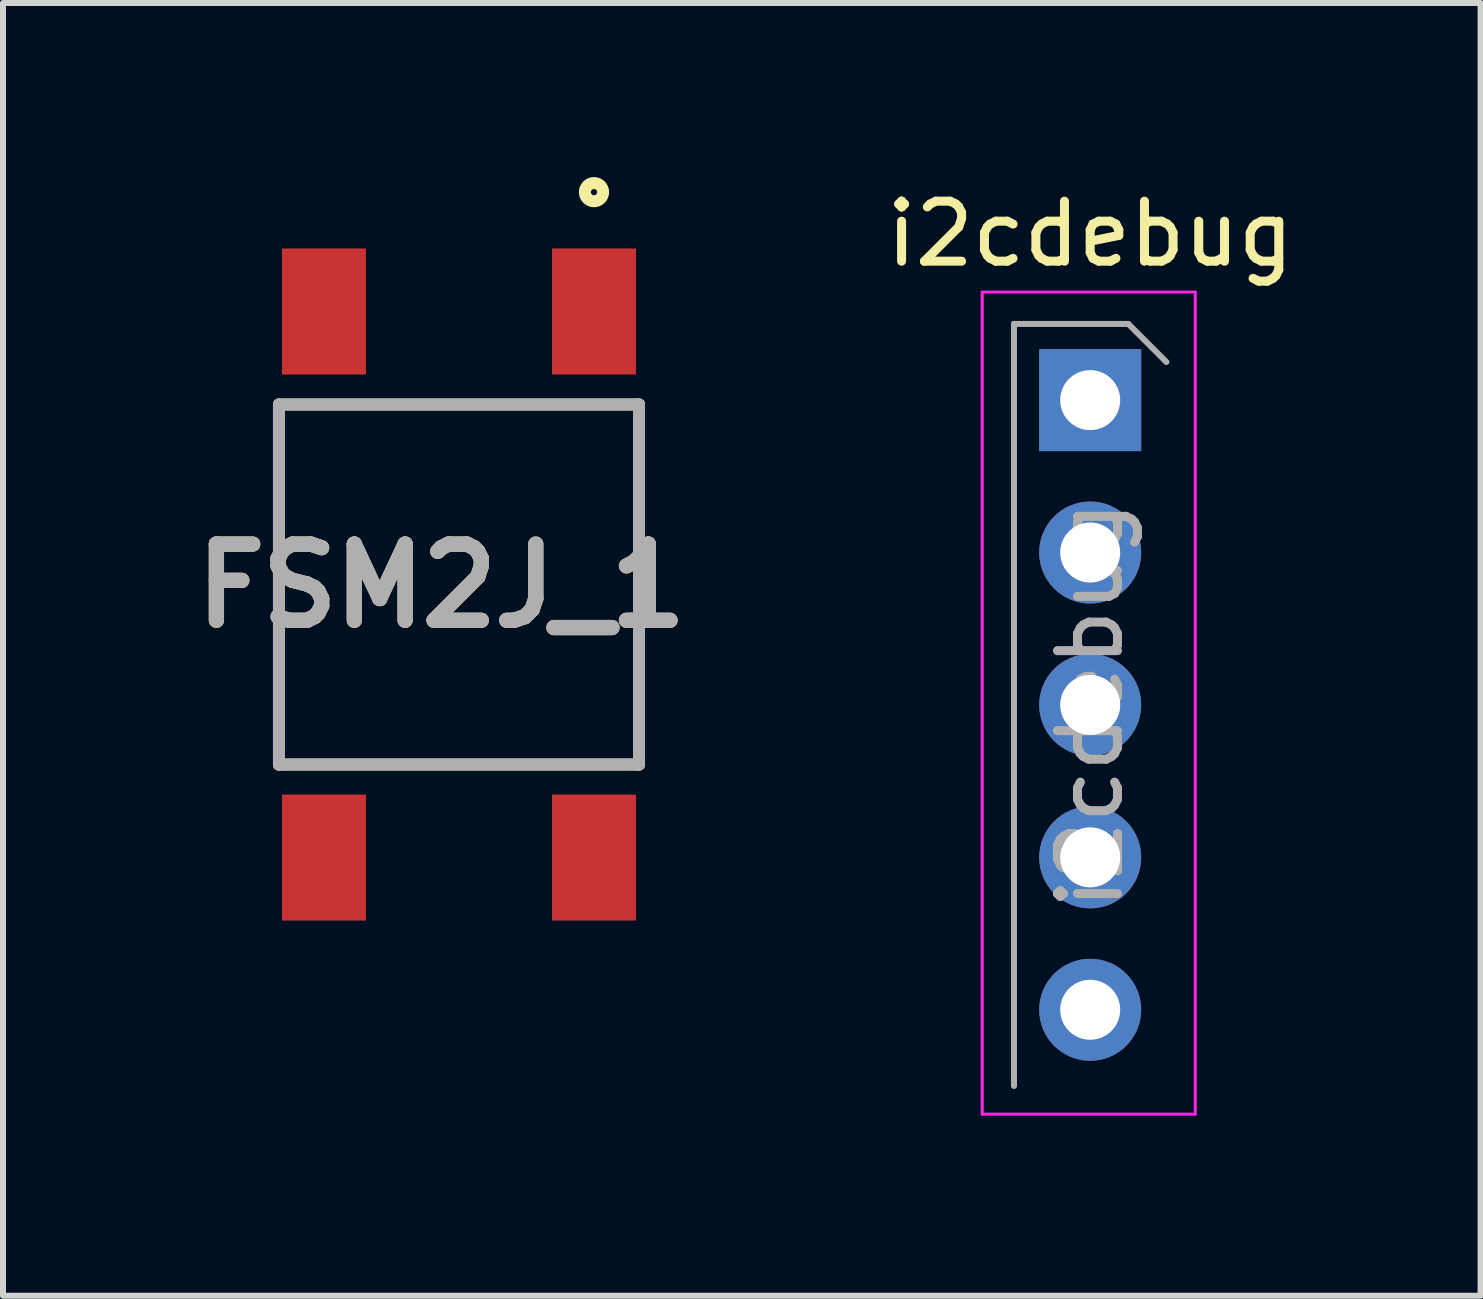
<source format=kicad_pcb>
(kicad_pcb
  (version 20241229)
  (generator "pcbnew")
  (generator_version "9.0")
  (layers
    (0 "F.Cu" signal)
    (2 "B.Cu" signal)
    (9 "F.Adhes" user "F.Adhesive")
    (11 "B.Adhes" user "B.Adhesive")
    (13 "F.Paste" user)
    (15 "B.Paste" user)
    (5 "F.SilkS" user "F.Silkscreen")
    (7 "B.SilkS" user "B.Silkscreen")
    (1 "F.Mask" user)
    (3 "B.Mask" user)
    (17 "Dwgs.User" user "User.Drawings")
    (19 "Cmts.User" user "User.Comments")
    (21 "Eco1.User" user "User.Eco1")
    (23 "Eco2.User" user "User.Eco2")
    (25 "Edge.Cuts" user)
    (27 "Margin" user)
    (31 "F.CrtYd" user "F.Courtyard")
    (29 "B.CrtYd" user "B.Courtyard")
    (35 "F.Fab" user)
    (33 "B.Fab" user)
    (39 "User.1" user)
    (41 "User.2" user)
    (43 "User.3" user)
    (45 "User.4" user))
  (footprint "i2cdebug"
    (layer "F.Cu")
    (at 15.118 3.618)
    (property "Reference" "i2cdebug" (at 0 -2.77 0) (layer "F.SilkS") (effects (font (size 1 1) (thickness 0.15))))
    (attr through_hole)
    (fp_line (start -1.8 -1.8) (end 1.75 -1.8) (stroke (width 0.05) (type solid)) (layer "F.CrtYd"))
    (fp_line (start -1.8 11.9) (end -1.8 -1.8) (stroke (width 0.05) (type solid)) (layer "F.CrtYd"))
    (fp_line (start 1.75 -1.8) (end 1.75 11.9) (stroke (width 0.05) (type solid)) (layer "F.CrtYd"))
    (fp_line (start 1.75 11.9) (end -1.8 11.9) (stroke (width 0.05) (type solid)) (layer "F.CrtYd"))
    (fp_line (start -1.27 -1.27) (end 0.635 -1.27) (stroke (width 0.1) (type solid)) (layer "F.Fab"))
    (fp_line (start -1.27 11.43) (end -1.27 -1.27) (stroke (width 0.1) (type solid)) (layer "F.Fab"))
    (fp_line (start 0.635 -1.27) (end 1.27 -0.635) (stroke (width 0.1) (type solid)) (layer "F.Fab"))
    (fp_text user "${REFERENCE}" (at 0 5.08 90) (layer "F.Fab") (effects (font (size 1 1) (thickness 0.15))))
    (pad "1" thru_hole rect (at 0 0) (size 1.7 1.7) (drill 1) (layers "*.Cu" "*.Mask"))
    (pad "2" thru_hole oval (at 0 2.54) (size 1.7 1.7) (drill 1) (layers "*.Cu" "*.Mask"))
    (pad "3" thru_hole oval (at 0 5.08) (size 1.7 1.7) (drill 1) (layers "*.Cu" "*.Mask"))
    (pad "4" thru_hole oval (at 0 7.62) (size 1.7 1.7) (drill 1) (layers "*.Cu" "*.Mask"))
    (pad "5" thru_hole oval (at 0 10.16) (size 1.7 1.7) (drill 1) (layers "*.Cu" "*.Mask")))
  (footprint "FSM2J_1"
    (layer "F.Cu")
    (at 4.599 6.691)
    (property "Reference" "FSM2J_1" (at -0.293 0.022 0) (layer "F.SilkS") (effects (font (size 1.27 1.27) (thickness 0.254))))
    (attr smd)
    (fp_line (start -3 -3) (end -3 3) (stroke (width 0.2) (type solid)) (layer "F.SilkS"))
    (fp_line (start -3 3) (end 3 3) (stroke (width 0.2) (type solid)) (layer "F.SilkS"))
    (fp_line (start 3 -3) (end -3 -3) (stroke (width 0.2) (type solid)) (layer "F.SilkS"))
    (fp_line (start 3 3) (end 3 -3) (stroke (width 0.2) (type solid)) (layer "F.SilkS"))
    (fp_circle (center 2.25 -6.539) (end 2.25 -6.487) (stroke (width 0.2) (type solid)) (fill no) (layer "F.SilkS"))
    (fp_line (start -3 -3) (end 3 -3) (stroke (width 0.2) (type solid)) (layer "F.Fab"))
    (fp_line (start -3 3) (end -3 -3) (stroke (width 0.2) (type solid)) (layer "F.Fab"))
    (fp_line (start 3 -3) (end 3 3) (stroke (width 0.2) (type solid)) (layer "F.Fab"))
    (fp_line (start 3 3) (end -3 3) (stroke (width 0.2) (type solid)) (layer "F.Fab"))
    (fp_text user "${REFERENCE}" (at -0.293 0.022 0) (layer "F.Fab") (effects (font (size 1.27 1.27) (thickness 0.254))))
    (pad "1" smd rect (at 2.25 -4.55) (size 1.4 2.1) (layers "F.Cu" "F.Mask" "F.Paste"))
    (pad "1" smd rect (at 2.25 4.55) (size 1.4 2.1) (layers "F.Cu" "F.Mask" "F.Paste"))
    (pad "2" smd rect (at -2.25 -4.55) (size 1.4 2.1) (layers "F.Cu" "F.Mask" "F.Paste"))
    (pad "2" smd rect (at -2.25 4.55) (size 1.4 2.1) (layers "F.Cu" "F.Mask" "F.Paste")))
  (gr_rect
    (start -3 -3)
    (end 21.624 18.543)
    (stroke (width 0.1) (type default))
    (fill no)
    (layer "Edge.Cuts")))
</source>
